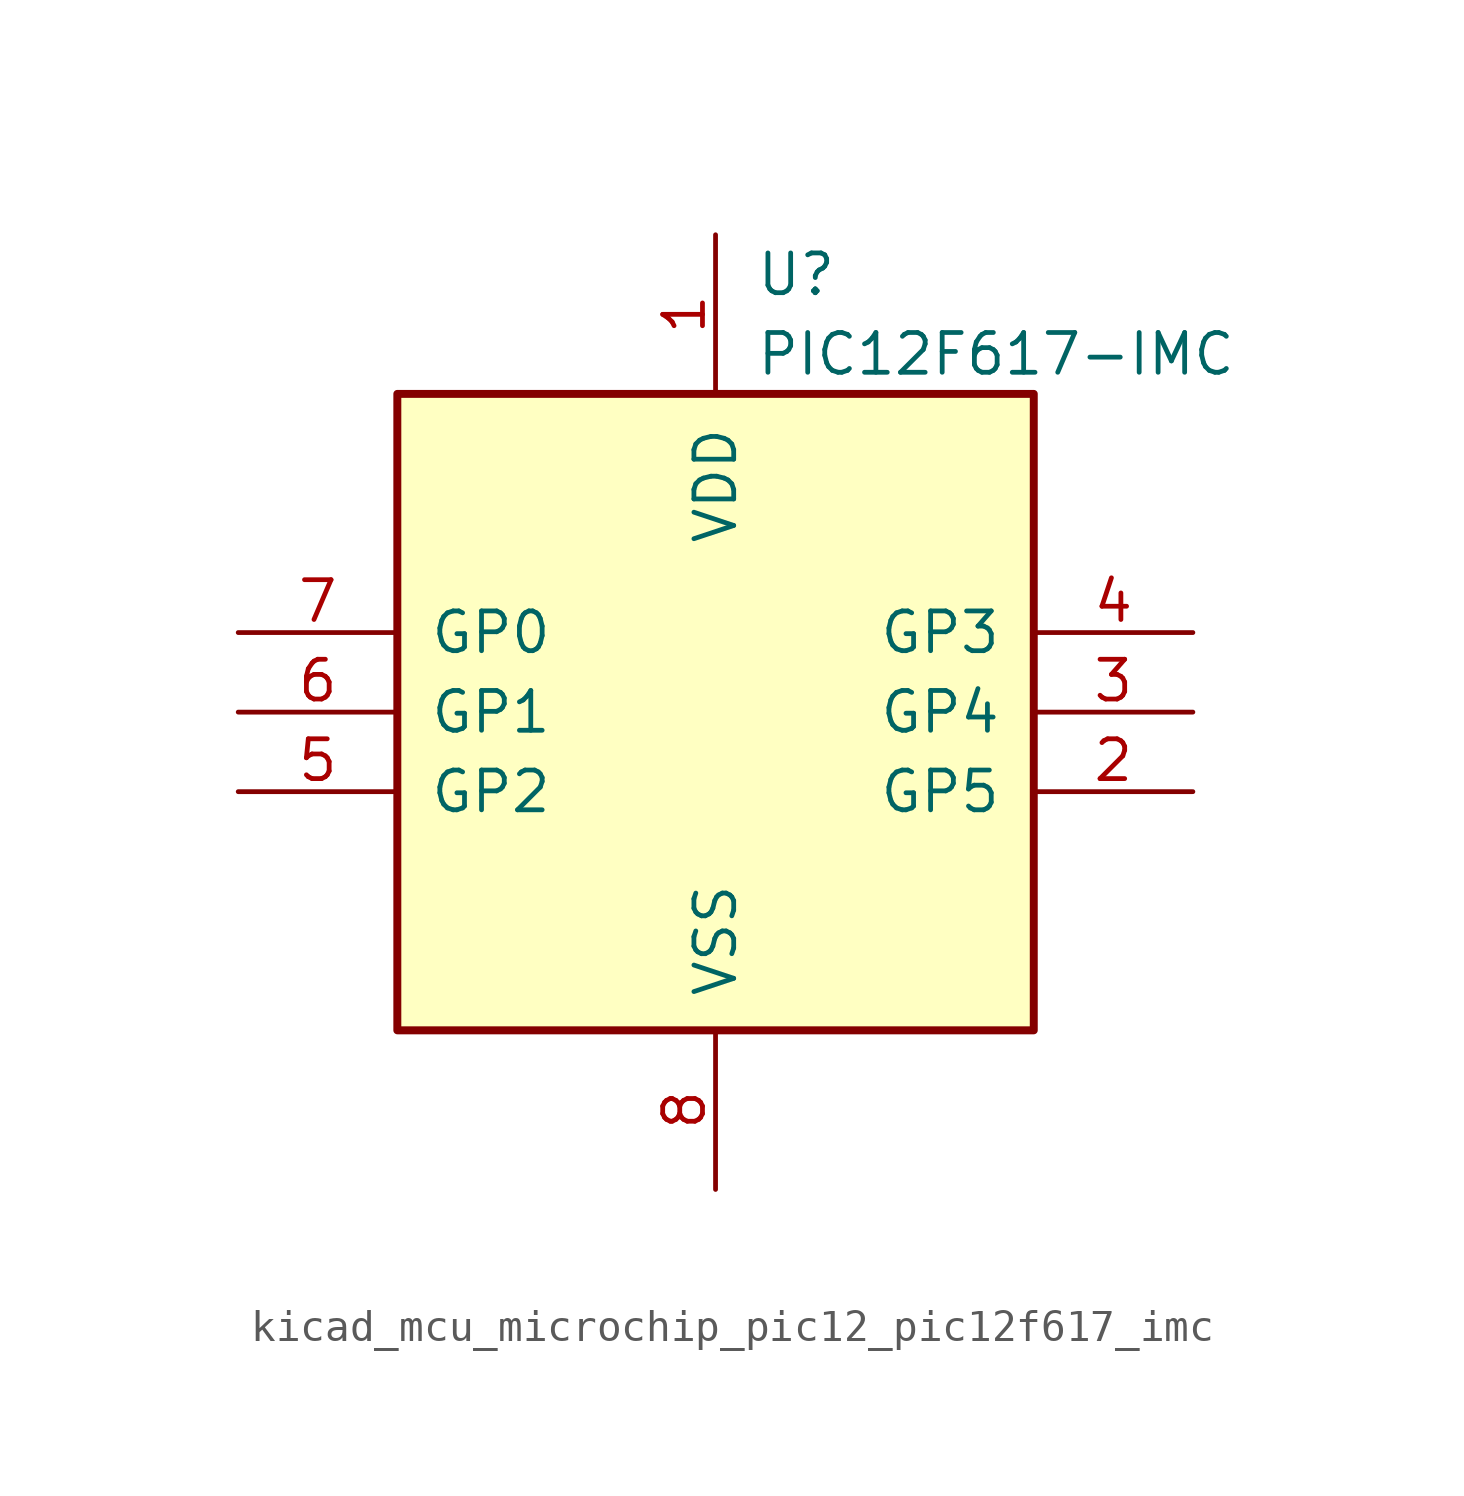
<source format=kicad_sym>
(kicad_symbol_lib
  (version 20220914)
  (generator kicad_symbol_editor)
  (symbol "kicad_mcu_microchip_pic12_pic12f617_imc"
    (pin_names
      (offset 1.016))
    (property "Reference" "U"
      (at 1.27 13.97 0)
      (effects (font (size 1.27 1.27)) (justify left)))
    (property "Value" "PIC12F617-IMC"
      (at 1.27 11.43 0)
      (effects (font (size 1.27 1.27)) (justify left)))
    (symbol "kicad_mcu_microchip_pic12_pic12f617_imc_0_1"
      (rectangle (start 10.16 -10.16) (end -10.16 10.16) (stroke (width 0.254) (type default)) (fill (type background))))
    (symbol "kicad_mcu_microchip_pic12_pic12f617_imc_1_1"
      (pin power_in line (at 0 15.24 270) (length 5.08) (name "VDD" (effects (font (size 1.27 1.27)))) (number "1" (effects (font (size 1.27 1.27)))))
      (pin bidirectional line (at 15.24 -2.54 180) (length 5.08) (name "GP5" (effects (font (size 1.27 1.27)))) (number "2" (effects (font (size 1.27 1.27)))))
      (pin bidirectional line (at 15.24 0 180) (length 5.08) (name "GP4" (effects (font (size 1.27 1.27)))) (number "3" (effects (font (size 1.27 1.27)))))
      (pin input line (at 15.24 2.54 180) (length 5.08) (name "GP3" (effects (font (size 1.27 1.27)))) (number "4" (effects (font (size 1.27 1.27)))))
      (pin bidirectional line (at -15.24 -2.54 0) (length 5.08) (name "GP2" (effects (font (size 1.27 1.27)))) (number "5" (effects (font (size 1.27 1.27)))))
      (pin bidirectional line (at -15.24 0 0) (length 5.08) (name "GP1" (effects (font (size 1.27 1.27)))) (number "6" (effects (font (size 1.27 1.27)))))
      (pin bidirectional line (at -15.24 2.54 0) (length 5.08) (name "GP0" (effects (font (size 1.27 1.27)))) (number "7" (effects (font (size 1.27 1.27)))))
      (pin power_in line (at 0 -15.24 90) (length 5.08) (name "VSS" (effects (font (size 1.27 1.27)))) (number "8" (effects (font (size 1.27 1.27))))))))
</source>
